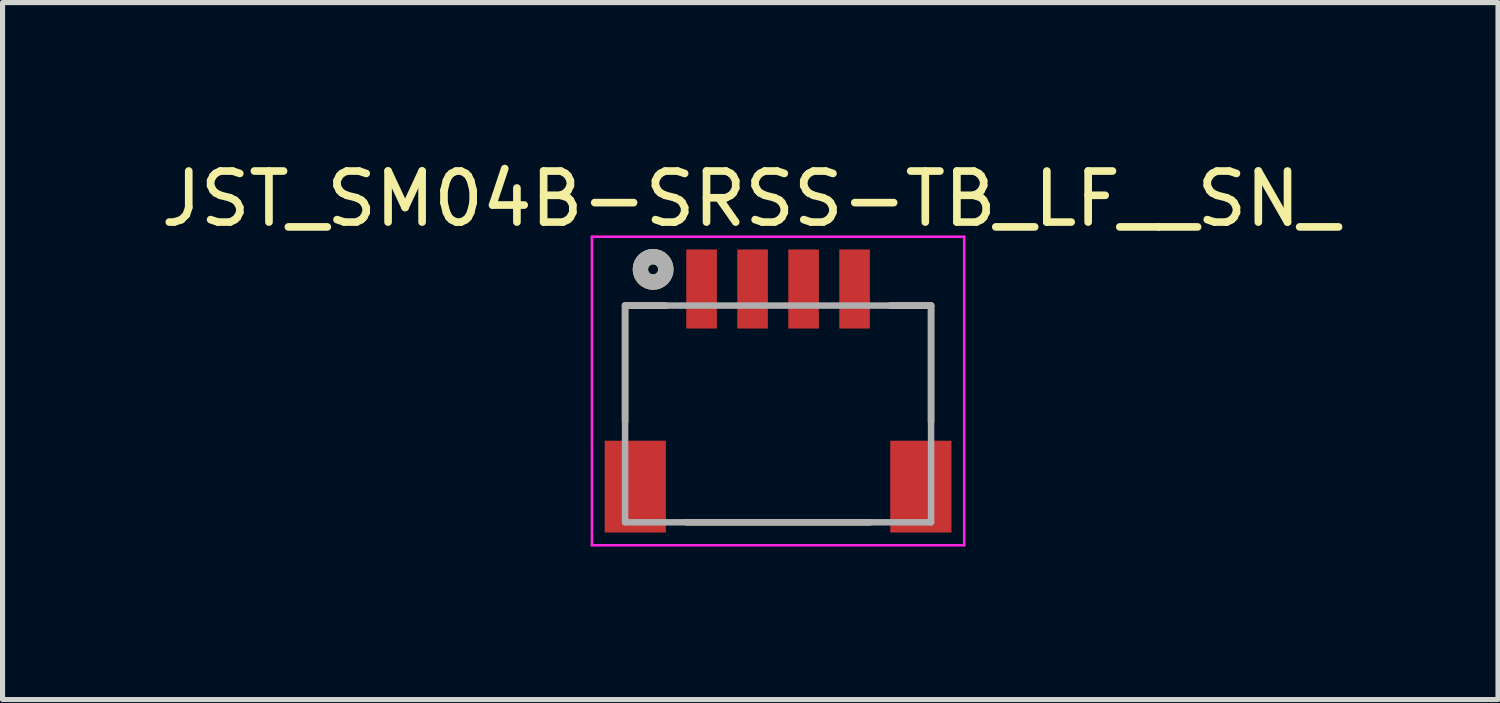
<source format=kicad_pcb>
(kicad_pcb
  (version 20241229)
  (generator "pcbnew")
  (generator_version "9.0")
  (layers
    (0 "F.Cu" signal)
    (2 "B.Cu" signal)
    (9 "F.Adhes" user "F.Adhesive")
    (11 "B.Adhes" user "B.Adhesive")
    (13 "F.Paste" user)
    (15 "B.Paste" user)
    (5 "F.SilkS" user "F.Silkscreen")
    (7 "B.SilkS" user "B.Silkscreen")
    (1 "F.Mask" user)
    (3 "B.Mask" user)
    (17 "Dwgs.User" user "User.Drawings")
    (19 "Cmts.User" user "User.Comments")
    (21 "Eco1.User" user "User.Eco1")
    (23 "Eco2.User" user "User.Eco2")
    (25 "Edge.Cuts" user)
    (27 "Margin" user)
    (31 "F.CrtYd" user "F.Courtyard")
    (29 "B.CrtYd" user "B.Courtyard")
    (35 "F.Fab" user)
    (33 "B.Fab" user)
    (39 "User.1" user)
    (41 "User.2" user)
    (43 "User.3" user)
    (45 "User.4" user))
  (footprint "JST_SM04B-SRSS-TB_LF__SN_"
    (layer "F.Cu")
    (at 12.207 2.617)
    (property "Reference" "JST_SM04B-SRSS-TB_LF__SN_" (at -0.545 -1.768 0) (layer "F.SilkS") (effects (font (size 1.001 1.001) (thickness 0.15))))
    (attr smd)
    (fp_line (start -3 0.325) (end -3 2.6) (stroke (width 0.127) (type solid)) (layer "F.SilkS"))
    (fp_line (start -2.2 0.325) (end -3 0.325) (stroke (width 0.127) (type solid)) (layer "F.SilkS"))
    (fp_line (start -1.8 4.575) (end 1.8 4.575) (stroke (width 0.127) (type solid)) (layer "F.SilkS"))
    (fp_line (start 2.2 0.325) (end 3 0.325) (stroke (width 0.127) (type solid)) (layer "F.SilkS"))
    (fp_line (start 3 0.325) (end 3 2.6) (stroke (width 0.127) (type solid)) (layer "F.SilkS"))
    (fp_circle (center -2.45 -0.385) (end -2.35 -0.385) (stroke (width 0.3) (type solid)) (fill no) (layer "F.SilkS"))
    (fp_line (start -3.65 -1.025) (end 3.65 -1.025) (stroke (width 0.05) (type solid)) (layer "F.CrtYd"))
    (fp_line (start -3.65 5.025) (end -3.65 -1.025) (stroke (width 0.05) (type solid)) (layer "F.CrtYd"))
    (fp_line (start 3.65 -1.025) (end 3.65 5.025) (stroke (width 0.05) (type solid)) (layer "F.CrtYd"))
    (fp_line (start 3.65 5.025) (end -3.65 5.025) (stroke (width 0.05) (type solid)) (layer "F.CrtYd"))
    (fp_line (start -3 0.325) (end 3 0.325) (stroke (width 0.127) (type solid)) (layer "F.Fab"))
    (fp_line (start -3 4.575) (end -3 0.325) (stroke (width 0.127) (type solid)) (layer "F.Fab"))
    (fp_line (start 3 0.325) (end 3 4.575) (stroke (width 0.127) (type solid)) (layer "F.Fab"))
    (fp_line (start 3 4.575) (end -3 4.575) (stroke (width 0.127) (type solid)) (layer "F.Fab"))
    (fp_circle (center -2.45 -0.385) (end -2.35 -0.385) (stroke (width 0.3) (type solid)) (fill no) (layer "F.Fab"))
    (pad "1" smd rect (at -1.5 0) (size 0.6 1.55) (layers "F.Cu" "F.Mask" "F.Paste"))
    (pad "2" smd rect (at -0.5 0) (size 0.6 1.55) (layers "F.Cu" "F.Mask" "F.Paste"))
    (pad "3" smd rect (at 0.5 0) (size 0.6 1.55) (layers "F.Cu" "F.Mask" "F.Paste"))
    (pad "4" smd rect (at 1.5 0) (size 0.6 1.55) (layers "F.Cu" "F.Mask" "F.Paste"))
    (pad "S1" smd rect (at -2.8 3.875 180) (size 1.2 1.8) (layers "F.Cu" "F.Mask" "F.Paste"))
    (pad "S2" smd rect (at 2.8 3.875 180) (size 1.2 1.8) (layers "F.Cu" "F.Mask" "F.Paste")))
  (gr_rect
    (start -3 -3)
    (end 26.324 10.667)
    (stroke (width 0.1) (type default))
    (fill no)
    (layer "Edge.Cuts")))
</source>
